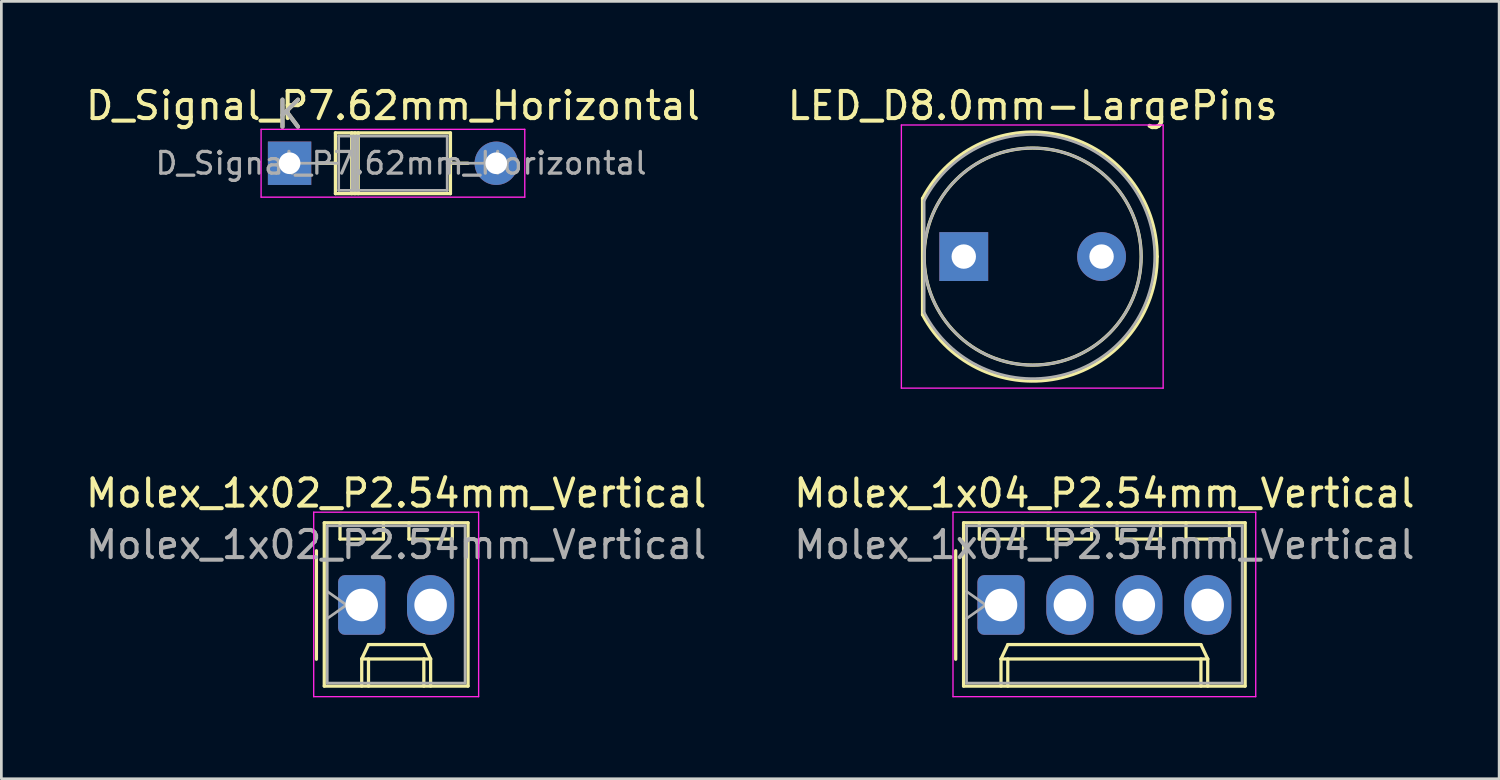
<source format=kicad_pcb>
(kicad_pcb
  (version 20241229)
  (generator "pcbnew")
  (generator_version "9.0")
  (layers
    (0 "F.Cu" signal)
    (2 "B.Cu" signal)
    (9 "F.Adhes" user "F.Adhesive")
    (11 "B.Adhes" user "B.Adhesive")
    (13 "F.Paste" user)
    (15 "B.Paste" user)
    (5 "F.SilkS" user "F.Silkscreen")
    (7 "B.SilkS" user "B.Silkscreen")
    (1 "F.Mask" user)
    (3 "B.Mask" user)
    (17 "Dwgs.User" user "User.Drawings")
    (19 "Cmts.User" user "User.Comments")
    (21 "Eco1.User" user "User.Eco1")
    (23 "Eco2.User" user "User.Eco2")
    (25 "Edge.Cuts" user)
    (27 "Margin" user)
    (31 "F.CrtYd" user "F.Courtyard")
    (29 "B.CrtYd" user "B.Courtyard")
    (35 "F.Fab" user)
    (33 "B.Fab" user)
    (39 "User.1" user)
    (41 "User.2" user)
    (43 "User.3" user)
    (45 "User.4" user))
  (footprint "LED_D8.0mm-LargePins"
    (layer "F.Cu")
    (at 32.478 6.408)
    (property "Reference" "LED_D8.0mm-LargePins" (at 2.54 -5.56 0) (layer "F.SilkS") (effects (font (size 1 1) (thickness 0.15))))
    (attr through_hole)
    (fp_line (start -1.52 -2.142) (end -1.52 2.142) (stroke (width 0.12) (type solid)) (layer "F.SilkS"))
    (fp_arc (start -1.52 -2.141145) (mid 3.643119 -4.455472) (end 7.13 0.000486) (stroke (width 0.12) (type solid)) (layer "F.SilkS"))
    (fp_arc (start 7.13 -0.000486) (mid 3.643119 4.455472) (end -1.52 2.141145) (stroke (width 0.12) (type solid)) (layer "F.SilkS"))
    (fp_circle (center 2.54 0) (end 6.54 0) (stroke (width 0.12) (type solid)) (fill no) (layer "F.SilkS"))
    (fp_line (start -2.3 -4.85) (end -2.3 4.85) (stroke (width 0.05) (type solid)) (layer "F.CrtYd"))
    (fp_line (start -2.3 4.85) (end 7.35 4.85) (stroke (width 0.05) (type solid)) (layer "F.CrtYd"))
    (fp_line (start 7.35 -4.85) (end -2.3 -4.85) (stroke (width 0.05) (type solid)) (layer "F.CrtYd"))
    (fp_line (start 7.35 4.85) (end 7.35 -4.85) (stroke (width 0.05) (type solid)) (layer "F.CrtYd"))
    (fp_line (start -1.46 -2.062) (end -1.46 2.062) (stroke (width 0.1) (type solid)) (layer "F.Fab"))
    (fp_arc (start -1.46 -2.061553) (mid 7.04 0.00126) (end -1.461154 2.059312) (stroke (width 0.1) (type solid)) (layer "F.Fab"))
    (fp_circle (center 2.54 0) (end 6.54 0) (stroke (width 0.1) (type solid)) (fill no) (layer "F.Fab"))
    (pad "1" thru_hole rect (at 0 0) (size 1.8 1.8) (drill 0.9) (layers "*.Cu" "*.Mask"))
    (pad "2" thru_hole circle (at 5.08 0) (size 1.8 1.8) (drill 0.9) (layers "*.Cu" "*.Mask")))
  (footprint "Molex_1x02_P2.54mm_Vertical"
    (layer "F.Cu")
    (at 10.284 19.252)
    (property "Reference" "Molex_1x02_P2.54mm_Vertical" (at 1.27 -4.12 0) (layer "F.SilkS") (effects (font (size 1 1) (thickness 0.15))))
    (attr through_hole)
    (fp_line (start -1.67 -2) (end -1.67 2) (stroke (width 0.12) (type solid)) (layer "F.SilkS"))
    (fp_line (start -1.38 -3.03) (end -1.38 2.99) (stroke (width 0.12) (type solid)) (layer "F.SilkS"))
    (fp_line (start -1.38 2.99) (end 3.92 2.99) (stroke (width 0.12) (type solid)) (layer "F.SilkS"))
    (fp_line (start -0.8 -3.03) (end -0.8 -2.43) (stroke (width 0.12) (type solid)) (layer "F.SilkS"))
    (fp_line (start -0.8 -2.43) (end 0.8 -2.43) (stroke (width 0.12) (type solid)) (layer "F.SilkS"))
    (fp_line (start 0 1.99) (end 0.25 1.46) (stroke (width 0.12) (type solid)) (layer "F.SilkS"))
    (fp_line (start 0 1.99) (end 2.54 1.99) (stroke (width 0.12) (type solid)) (layer "F.SilkS"))
    (fp_line (start 0 2.99) (end 0 1.99) (stroke (width 0.12) (type solid)) (layer "F.SilkS"))
    (fp_line (start 0.25 1.46) (end 2.29 1.46) (stroke (width 0.12) (type solid)) (layer "F.SilkS"))
    (fp_line (start 0.25 2.99) (end 0.25 1.99) (stroke (width 0.12) (type solid)) (layer "F.SilkS"))
    (fp_line (start 0.8 -2.43) (end 0.8 -3.03) (stroke (width 0.12) (type solid)) (layer "F.SilkS"))
    (fp_line (start 1.74 -3.03) (end 1.74 -2.43) (stroke (width 0.12) (type solid)) (layer "F.SilkS"))
    (fp_line (start 1.74 -2.43) (end 3.34 -2.43) (stroke (width 0.12) (type solid)) (layer "F.SilkS"))
    (fp_line (start 2.29 1.46) (end 2.54 1.99) (stroke (width 0.12) (type solid)) (layer "F.SilkS"))
    (fp_line (start 2.29 2.99) (end 2.29 1.99) (stroke (width 0.12) (type solid)) (layer "F.SilkS"))
    (fp_line (start 2.54 1.99) (end 2.54 2.99) (stroke (width 0.12) (type solid)) (layer "F.SilkS"))
    (fp_line (start 3.34 -2.43) (end 3.34 -3.03) (stroke (width 0.12) (type solid)) (layer "F.SilkS"))
    (fp_line (start 3.92 -3.03) (end -1.38 -3.03) (stroke (width 0.12) (type solid)) (layer "F.SilkS"))
    (fp_line (start 3.92 2.99) (end 3.92 -3.03) (stroke (width 0.12) (type solid)) (layer "F.SilkS"))
    (fp_line (start -1.77 -3.42) (end -1.77 3.38) (stroke (width 0.05) (type solid)) (layer "F.CrtYd"))
    (fp_line (start -1.77 3.38) (end 4.31 3.38) (stroke (width 0.05) (type solid)) (layer "F.CrtYd"))
    (fp_line (start 4.31 -3.42) (end -1.77 -3.42) (stroke (width 0.05) (type solid)) (layer "F.CrtYd"))
    (fp_line (start 4.31 3.38) (end 4.31 -3.42) (stroke (width 0.05) (type solid)) (layer "F.CrtYd"))
    (fp_line (start -1.27 -2.92) (end -1.27 2.88) (stroke (width 0.1) (type solid)) (layer "F.Fab"))
    (fp_line (start -1.27 -0.5) (end -0.563 0) (stroke (width 0.1) (type solid)) (layer "F.Fab"))
    (fp_line (start -1.27 2.88) (end 3.81 2.88) (stroke (width 0.1) (type solid)) (layer "F.Fab"))
    (fp_line (start -0.563 0) (end -1.27 0.5) (stroke (width 0.1) (type solid)) (layer "F.Fab"))
    (fp_line (start 3.81 -2.92) (end -1.27 -2.92) (stroke (width 0.1) (type solid)) (layer "F.Fab"))
    (fp_line (start 3.81 2.88) (end 3.81 -2.92) (stroke (width 0.1) (type solid)) (layer "F.Fab"))
    (fp_text user "${REFERENCE}" (at 1.27 -2.22 0) (layer "F.Fab") (effects (font (size 1 1) (thickness 0.15))))
    (pad "1" thru_hole roundrect (at 0 0) (size 1.74 2.2) (drill 1.2) (layers "*.Cu" "*.Mask") (roundrect_rratio 0.144))
    (pad "2" thru_hole oval (at 2.54 0) (size 1.74 2.2) (drill 1.2) (layers "*.Cu" "*.Mask")))
  (footprint "Molex_1x04_P2.54mm_Vertical"
    (layer "F.Cu")
    (at 33.851 19.252)
    (property "Reference" "Molex_1x04_P2.54mm_Vertical" (at 3.81 -4.12 0) (layer "F.SilkS") (effects (font (size 1 1) (thickness 0.15))))
    (attr through_hole)
    (fp_line (start -1.67 -2) (end -1.67 2) (stroke (width 0.12) (type solid)) (layer "F.SilkS"))
    (fp_line (start -1.38 -3.03) (end -1.38 2.99) (stroke (width 0.12) (type solid)) (layer "F.SilkS"))
    (fp_line (start -1.38 2.99) (end 9 2.99) (stroke (width 0.12) (type solid)) (layer "F.SilkS"))
    (fp_line (start -0.8 -3.03) (end -0.8 -2.43) (stroke (width 0.12) (type solid)) (layer "F.SilkS"))
    (fp_line (start -0.8 -2.43) (end 0.8 -2.43) (stroke (width 0.12) (type solid)) (layer "F.SilkS"))
    (fp_line (start 0 1.99) (end 0.25 1.46) (stroke (width 0.12) (type solid)) (layer "F.SilkS"))
    (fp_line (start 0 1.99) (end 7.62 1.99) (stroke (width 0.12) (type solid)) (layer "F.SilkS"))
    (fp_line (start 0 2.99) (end 0 1.99) (stroke (width 0.12) (type solid)) (layer "F.SilkS"))
    (fp_line (start 0.25 1.46) (end 7.37 1.46) (stroke (width 0.12) (type solid)) (layer "F.SilkS"))
    (fp_line (start 0.25 2.99) (end 0.25 1.99) (stroke (width 0.12) (type solid)) (layer "F.SilkS"))
    (fp_line (start 0.8 -2.43) (end 0.8 -3.03) (stroke (width 0.12) (type solid)) (layer "F.SilkS"))
    (fp_line (start 1.74 -3.03) (end 1.74 -2.43) (stroke (width 0.12) (type solid)) (layer "F.SilkS"))
    (fp_line (start 1.74 -2.43) (end 3.34 -2.43) (stroke (width 0.12) (type solid)) (layer "F.SilkS"))
    (fp_line (start 3.34 -2.43) (end 3.34 -3.03) (stroke (width 0.12) (type solid)) (layer "F.SilkS"))
    (fp_line (start 4.28 -3.03) (end 4.28 -2.43) (stroke (width 0.12) (type solid)) (layer "F.SilkS"))
    (fp_line (start 4.28 -2.43) (end 5.88 -2.43) (stroke (width 0.12) (type solid)) (layer "F.SilkS"))
    (fp_line (start 5.88 -2.43) (end 5.88 -3.03) (stroke (width 0.12) (type solid)) (layer "F.SilkS"))
    (fp_line (start 6.82 -3.03) (end 6.82 -2.43) (stroke (width 0.12) (type solid)) (layer "F.SilkS"))
    (fp_line (start 6.82 -2.43) (end 8.42 -2.43) (stroke (width 0.12) (type solid)) (layer "F.SilkS"))
    (fp_line (start 7.37 1.46) (end 7.62 1.99) (stroke (width 0.12) (type solid)) (layer "F.SilkS"))
    (fp_line (start 7.37 2.99) (end 7.37 1.99) (stroke (width 0.12) (type solid)) (layer "F.SilkS"))
    (fp_line (start 7.62 1.99) (end 7.62 2.99) (stroke (width 0.12) (type solid)) (layer "F.SilkS"))
    (fp_line (start 8.42 -2.43) (end 8.42 -3.03) (stroke (width 0.12) (type solid)) (layer "F.SilkS"))
    (fp_line (start 9 -3.03) (end -1.38 -3.03) (stroke (width 0.12) (type solid)) (layer "F.SilkS"))
    (fp_line (start 9 2.99) (end 9 -3.03) (stroke (width 0.12) (type solid)) (layer "F.SilkS"))
    (fp_line (start -1.77 -3.42) (end -1.77 3.38) (stroke (width 0.05) (type solid)) (layer "F.CrtYd"))
    (fp_line (start -1.77 3.38) (end 9.39 3.38) (stroke (width 0.05) (type solid)) (layer "F.CrtYd"))
    (fp_line (start 9.39 -3.42) (end -1.77 -3.42) (stroke (width 0.05) (type solid)) (layer "F.CrtYd"))
    (fp_line (start 9.39 3.38) (end 9.39 -3.42) (stroke (width 0.05) (type solid)) (layer "F.CrtYd"))
    (fp_line (start -1.27 -2.92) (end -1.27 2.88) (stroke (width 0.1) (type solid)) (layer "F.Fab"))
    (fp_line (start -1.27 -0.5) (end -0.563 0) (stroke (width 0.1) (type solid)) (layer "F.Fab"))
    (fp_line (start -1.27 2.88) (end 8.89 2.88) (stroke (width 0.1) (type solid)) (layer "F.Fab"))
    (fp_line (start -0.563 0) (end -1.27 0.5) (stroke (width 0.1) (type solid)) (layer "F.Fab"))
    (fp_line (start 8.89 -2.92) (end -1.27 -2.92) (stroke (width 0.1) (type solid)) (layer "F.Fab"))
    (fp_line (start 8.89 2.88) (end 8.89 -2.92) (stroke (width 0.1) (type solid)) (layer "F.Fab"))
    (fp_text user "${REFERENCE}" (at 3.81 -2.22 0) (layer "F.Fab") (effects (font (size 1 1) (thickness 0.15))))
    (pad "1" thru_hole roundrect (at 0 0) (size 1.74 2.2) (drill 1.2) (layers "*.Cu" "*.Mask") (roundrect_rratio 0.144))
    (pad "2" thru_hole oval (at 2.54 0) (size 1.74 2.2) (drill 1.2) (layers "*.Cu" "*.Mask"))
    (pad "3" thru_hole oval (at 5.08 0) (size 1.74 2.2) (drill 1.2) (layers "*.Cu" "*.Mask"))
    (pad "4" thru_hole oval (at 7.62 0) (size 1.74 2.2) (drill 1.2) (layers "*.Cu" "*.Mask")))
  (footprint "D_Signal_P7.62mm_Horizontal"
    (layer "F.Cu")
    (at 7.625 2.968)
    (property "Reference" "D_Signal_P7.62mm_Horizontal" (at 3.81 -2.12 0) (layer "F.SilkS") (effects (font (size 1 1) (thickness 0.15))))
    (attr through_hole)
    (fp_line (start 1.04 0) (end 1.69 0) (stroke (width 0.12) (type solid)) (layer "F.SilkS"))
    (fp_line (start 1.69 -1.12) (end 1.69 1.12) (stroke (width 0.12) (type solid)) (layer "F.SilkS"))
    (fp_line (start 1.69 1.12) (end 5.93 1.12) (stroke (width 0.12) (type solid)) (layer "F.SilkS"))
    (fp_line (start 2.29 -1.12) (end 2.29 1.12) (stroke (width 0.12) (type solid)) (layer "F.SilkS"))
    (fp_line (start 2.41 -1.12) (end 2.41 1.12) (stroke (width 0.12) (type solid)) (layer "F.SilkS"))
    (fp_line (start 2.53 -1.12) (end 2.53 1.12) (stroke (width 0.12) (type solid)) (layer "F.SilkS"))
    (fp_line (start 5.93 -1.12) (end 1.69 -1.12) (stroke (width 0.12) (type solid)) (layer "F.SilkS"))
    (fp_line (start 5.93 1.12) (end 5.93 -1.12) (stroke (width 0.12) (type solid)) (layer "F.SilkS"))
    (fp_line (start 6.58 0) (end 5.93 0) (stroke (width 0.12) (type solid)) (layer "F.SilkS"))
    (fp_line (start -1.05 -1.25) (end -1.05 1.25) (stroke (width 0.05) (type solid)) (layer "F.CrtYd"))
    (fp_line (start -1.05 1.25) (end 8.67 1.25) (stroke (width 0.05) (type solid)) (layer "F.CrtYd"))
    (fp_line (start 8.67 -1.25) (end -1.05 -1.25) (stroke (width 0.05) (type solid)) (layer "F.CrtYd"))
    (fp_line (start 8.67 1.25) (end 8.67 -1.25) (stroke (width 0.05) (type solid)) (layer "F.CrtYd"))
    (fp_line (start 0 0) (end 1.81 0) (stroke (width 0.1) (type solid)) (layer "F.Fab"))
    (fp_line (start 1.81 -1) (end 1.81 1) (stroke (width 0.1) (type solid)) (layer "F.Fab"))
    (fp_line (start 1.81 1) (end 5.81 1) (stroke (width 0.1) (type solid)) (layer "F.Fab"))
    (fp_line (start 2.31 -1) (end 2.31 1) (stroke (width 0.1) (type solid)) (layer "F.Fab"))
    (fp_line (start 2.41 -1) (end 2.41 1) (stroke (width 0.1) (type solid)) (layer "F.Fab"))
    (fp_line (start 2.51 -1) (end 2.51 1) (stroke (width 0.1) (type solid)) (layer "F.Fab"))
    (fp_line (start 5.81 -1) (end 1.81 -1) (stroke (width 0.1) (type solid)) (layer "F.Fab"))
    (fp_line (start 5.81 1) (end 5.81 -1) (stroke (width 0.1) (type solid)) (layer "F.Fab"))
    (fp_line (start 7.62 0) (end 5.81 0) (stroke (width 0.1) (type solid)) (layer "F.Fab"))
    (fp_text user "K" (at 0 -1.8 0) (layer "F.SilkS") (effects (font (size 1 1) (thickness 0.15))))
    (fp_text user "${REFERENCE}" (at 4.11 0 0) (layer "F.Fab") (effects (font (size 0.8 0.8) (thickness 0.12))))
    (fp_text user "K" (at 0 -1.8 0) (layer "F.Fab") (effects (font (size 1 1) (thickness 0.15))))
    (pad "1" thru_hole rect (at 0 0) (size 1.6 1.6) (drill 0.8) (layers "*.Cu" "*.Mask"))
    (pad "2" thru_hole oval (at 7.62 0) (size 1.6 1.6) (drill 0.8) (layers "*.Cu" "*.Mask")))
  (gr_rect
    (start -3 -3)
    (end 52.214 25.657)
    (stroke (width 0.1) (type default))
    (fill no)
    (layer "Edge.Cuts")))
</source>
